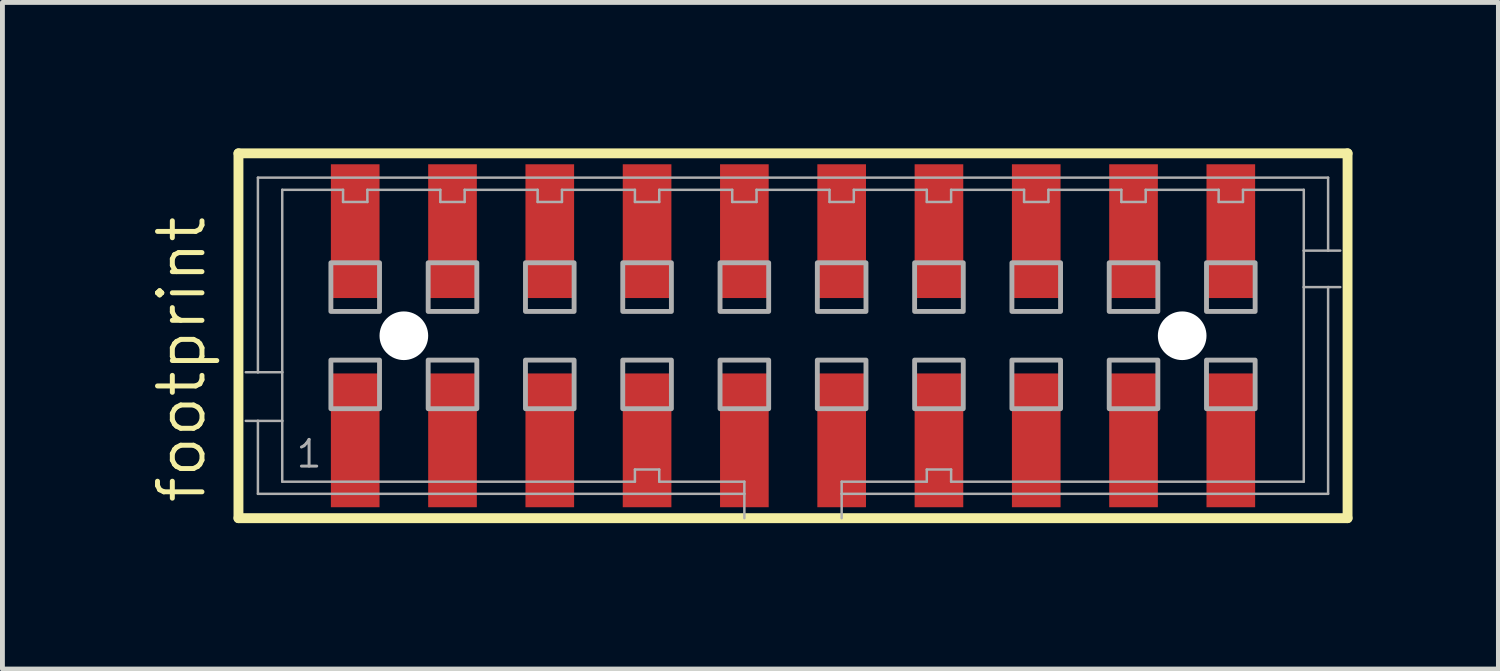
<source format=kicad_pcb>
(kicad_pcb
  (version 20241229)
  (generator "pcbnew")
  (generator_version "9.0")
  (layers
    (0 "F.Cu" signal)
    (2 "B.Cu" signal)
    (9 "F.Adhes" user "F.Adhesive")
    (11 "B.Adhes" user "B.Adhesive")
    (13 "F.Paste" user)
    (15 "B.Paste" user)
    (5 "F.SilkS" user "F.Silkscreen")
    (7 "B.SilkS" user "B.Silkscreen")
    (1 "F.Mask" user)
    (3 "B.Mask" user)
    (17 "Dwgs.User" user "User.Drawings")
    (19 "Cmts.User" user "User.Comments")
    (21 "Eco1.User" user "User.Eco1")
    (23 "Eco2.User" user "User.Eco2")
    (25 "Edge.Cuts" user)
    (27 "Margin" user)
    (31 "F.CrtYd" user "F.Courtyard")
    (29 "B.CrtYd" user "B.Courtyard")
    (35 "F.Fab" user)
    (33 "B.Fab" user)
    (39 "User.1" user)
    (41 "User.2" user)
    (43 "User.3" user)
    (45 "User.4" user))
  (footprint "footprint"
    (layer "F.Cu")
    (at 13.252 3.852)
    (property "Reference" "footprint" (at -12.033 3.493 90) (layer "F.SilkS") (effects (font (size 0.914 0.914) (thickness 0.102)) (justify left bottom)))
    (fp_line (start -11.4 -3.75) (end 11.4 -3.75) (stroke (width 0.203) (type solid)) (layer "F.SilkS"))
    (fp_line (start -11.4 3.75) (end -11.4 -3.75) (stroke (width 0.203) (type solid)) (layer "F.SilkS"))
    (fp_line (start 11.4 -3.75) (end 11.4 3.75) (stroke (width 0.203) (type solid)) (layer "F.SilkS"))
    (fp_line (start 11.4 3.75) (end -11.4 3.75) (stroke (width 0.203) (type solid)) (layer "F.SilkS"))
    (fp_line (start -11 -3.25) (end 11 -3.25) (stroke (width 0.051) (type solid)) (layer "F.Fab"))
    (fp_line (start -11 0.75) (end -11.25 0.75) (stroke (width 0.051) (type solid)) (layer "F.Fab"))
    (fp_line (start -11 0.75) (end -11 -3.25) (stroke (width 0.051) (type solid)) (layer "F.Fab"))
    (fp_line (start -11 1.75) (end -11.25 1.75) (stroke (width 0.051) (type solid)) (layer "F.Fab"))
    (fp_line (start -11 3.25) (end -11 1.75) (stroke (width 0.051) (type solid)) (layer "F.Fab"))
    (fp_line (start -10.5 -3) (end -10.5 0.75) (stroke (width 0.051) (type solid)) (layer "F.Fab"))
    (fp_line (start -10.5 0.75) (end -11 0.75) (stroke (width 0.051) (type solid)) (layer "F.Fab"))
    (fp_line (start -10.5 0.75) (end -10.5 1.75) (stroke (width 0.051) (type solid)) (layer "F.Fab"))
    (fp_line (start -10.5 1.75) (end -11 1.75) (stroke (width 0.051) (type solid)) (layer "F.Fab"))
    (fp_line (start -10.5 1.75) (end -10.5 3) (stroke (width 0.051) (type solid)) (layer "F.Fab"))
    (fp_line (start -10.5 3) (end -3.25 3) (stroke (width 0.051) (type solid)) (layer "F.Fab"))
    (fp_line (start -9.25 -3) (end -10.5 -3) (stroke (width 0.051) (type solid)) (layer "F.Fab"))
    (fp_line (start -9.25 -2.75) (end -9.25 -3) (stroke (width 0.051) (type solid)) (layer "F.Fab"))
    (fp_line (start -8.75 -3) (end -8.75 -2.75) (stroke (width 0.051) (type solid)) (layer "F.Fab"))
    (fp_line (start -8.75 -2.75) (end -9.25 -2.75) (stroke (width 0.051) (type solid)) (layer "F.Fab"))
    (fp_line (start -7.25 -3) (end -8.75 -3) (stroke (width 0.051) (type solid)) (layer "F.Fab"))
    (fp_line (start -7.25 -2.75) (end -7.25 -3) (stroke (width 0.051) (type solid)) (layer "F.Fab"))
    (fp_line (start -6.75 -3) (end -6.75 -2.75) (stroke (width 0.051) (type solid)) (layer "F.Fab"))
    (fp_line (start -6.75 -2.75) (end -7.25 -2.75) (stroke (width 0.051) (type solid)) (layer "F.Fab"))
    (fp_line (start -5.25 -3) (end -6.75 -3) (stroke (width 0.051) (type solid)) (layer "F.Fab"))
    (fp_line (start -5.25 -2.75) (end -5.25 -3) (stroke (width 0.051) (type solid)) (layer "F.Fab"))
    (fp_line (start -4.75 -3) (end -4.75 -2.75) (stroke (width 0.051) (type solid)) (layer "F.Fab"))
    (fp_line (start -4.75 -2.75) (end -5.25 -2.75) (stroke (width 0.051) (type solid)) (layer "F.Fab"))
    (fp_line (start -3.25 -3) (end -4.75 -3) (stroke (width 0.051) (type solid)) (layer "F.Fab"))
    (fp_line (start -3.25 -2.75) (end -3.25 -3) (stroke (width 0.051) (type solid)) (layer "F.Fab"))
    (fp_line (start -3.25 2.75) (end -2.75 2.75) (stroke (width 0.051) (type solid)) (layer "F.Fab"))
    (fp_line (start -3.25 3) (end -3.25 2.75) (stroke (width 0.051) (type solid)) (layer "F.Fab"))
    (fp_line (start -2.75 -3) (end -2.75 -2.75) (stroke (width 0.051) (type solid)) (layer "F.Fab"))
    (fp_line (start -2.75 -2.75) (end -3.25 -2.75) (stroke (width 0.051) (type solid)) (layer "F.Fab"))
    (fp_line (start -2.75 2.75) (end -2.75 3) (stroke (width 0.051) (type solid)) (layer "F.Fab"))
    (fp_line (start -2.75 3) (end -1 3) (stroke (width 0.051) (type solid)) (layer "F.Fab"))
    (fp_line (start -1.25 -3) (end -2.75 -3) (stroke (width 0.051) (type solid)) (layer "F.Fab"))
    (fp_line (start -1.25 -2.75) (end -1.25 -3) (stroke (width 0.051) (type solid)) (layer "F.Fab"))
    (fp_line (start -1 3) (end -1 3.25) (stroke (width 0.051) (type solid)) (layer "F.Fab"))
    (fp_line (start -1 3.25) (end -11 3.25) (stroke (width 0.051) (type solid)) (layer "F.Fab"))
    (fp_line (start -1 3.25) (end -1 3.75) (stroke (width 0.051) (type solid)) (layer "F.Fab"))
    (fp_line (start -0.75 -3) (end -0.75 -2.75) (stroke (width 0.051) (type solid)) (layer "F.Fab"))
    (fp_line (start -0.75 -2.75) (end -1.25 -2.75) (stroke (width 0.051) (type solid)) (layer "F.Fab"))
    (fp_line (start 0.75 -3) (end -0.75 -3) (stroke (width 0.051) (type solid)) (layer "F.Fab"))
    (fp_line (start 0.75 -2.75) (end 0.75 -3) (stroke (width 0.051) (type solid)) (layer "F.Fab"))
    (fp_line (start 1 3) (end 2.75 3) (stroke (width 0.051) (type solid)) (layer "F.Fab"))
    (fp_line (start 1 3.25) (end 1 3) (stroke (width 0.051) (type solid)) (layer "F.Fab"))
    (fp_line (start 1 3.75) (end 1 3.25) (stroke (width 0.051) (type solid)) (layer "F.Fab"))
    (fp_line (start 1.25 -3) (end 1.25 -2.75) (stroke (width 0.051) (type solid)) (layer "F.Fab"))
    (fp_line (start 1.25 -2.75) (end 0.75 -2.75) (stroke (width 0.051) (type solid)) (layer "F.Fab"))
    (fp_line (start 2.75 -3) (end 1.25 -3) (stroke (width 0.051) (type solid)) (layer "F.Fab"))
    (fp_line (start 2.75 -2.75) (end 2.75 -3) (stroke (width 0.051) (type solid)) (layer "F.Fab"))
    (fp_line (start 2.75 2.75) (end 3.25 2.75) (stroke (width 0.051) (type solid)) (layer "F.Fab"))
    (fp_line (start 2.75 3) (end 2.75 2.75) (stroke (width 0.051) (type solid)) (layer "F.Fab"))
    (fp_line (start 3.25 -3) (end 3.25 -2.75) (stroke (width 0.051) (type solid)) (layer "F.Fab"))
    (fp_line (start 3.25 -2.75) (end 2.75 -2.75) (stroke (width 0.051) (type solid)) (layer "F.Fab"))
    (fp_line (start 3.25 2.75) (end 3.25 3) (stroke (width 0.051) (type solid)) (layer "F.Fab"))
    (fp_line (start 3.25 3) (end 10.5 3) (stroke (width 0.051) (type solid)) (layer "F.Fab"))
    (fp_line (start 4.75 -3) (end 3.25 -3) (stroke (width 0.051) (type solid)) (layer "F.Fab"))
    (fp_line (start 4.75 -2.75) (end 4.75 -3) (stroke (width 0.051) (type solid)) (layer "F.Fab"))
    (fp_line (start 5.25 -3) (end 5.25 -2.75) (stroke (width 0.051) (type solid)) (layer "F.Fab"))
    (fp_line (start 5.25 -2.75) (end 4.75 -2.75) (stroke (width 0.051) (type solid)) (layer "F.Fab"))
    (fp_line (start 6.75 -3) (end 5.25 -3) (stroke (width 0.051) (type solid)) (layer "F.Fab"))
    (fp_line (start 6.75 -2.75) (end 6.75 -3) (stroke (width 0.051) (type solid)) (layer "F.Fab"))
    (fp_line (start 7.25 -3) (end 7.25 -2.75) (stroke (width 0.051) (type solid)) (layer "F.Fab"))
    (fp_line (start 7.25 -2.75) (end 6.75 -2.75) (stroke (width 0.051) (type solid)) (layer "F.Fab"))
    (fp_line (start 8.75 -3) (end 7.25 -3) (stroke (width 0.051) (type solid)) (layer "F.Fab"))
    (fp_line (start 8.75 -2.75) (end 8.75 -3) (stroke (width 0.051) (type solid)) (layer "F.Fab"))
    (fp_line (start 9.25 -3) (end 9.25 -2.75) (stroke (width 0.051) (type solid)) (layer "F.Fab"))
    (fp_line (start 9.25 -2.75) (end 8.75 -2.75) (stroke (width 0.051) (type solid)) (layer "F.Fab"))
    (fp_line (start 10.5 -3) (end 9.25 -3) (stroke (width 0.051) (type solid)) (layer "F.Fab"))
    (fp_line (start 10.5 -1.75) (end 10.5 -3) (stroke (width 0.051) (type solid)) (layer "F.Fab"))
    (fp_line (start 10.5 -1.75) (end 11 -1.75) (stroke (width 0.051) (type solid)) (layer "F.Fab"))
    (fp_line (start 10.5 -1) (end 10.5 -1.75) (stroke (width 0.051) (type solid)) (layer "F.Fab"))
    (fp_line (start 10.5 -1) (end 11 -1) (stroke (width 0.051) (type solid)) (layer "F.Fab"))
    (fp_line (start 10.5 3) (end 10.5 -1) (stroke (width 0.051) (type solid)) (layer "F.Fab"))
    (fp_line (start 11 -3.25) (end 11 -1.75) (stroke (width 0.051) (type solid)) (layer "F.Fab"))
    (fp_line (start 11 -1.75) (end 11.25 -1.75) (stroke (width 0.051) (type solid)) (layer "F.Fab"))
    (fp_line (start 11 -1) (end 11 3.25) (stroke (width 0.051) (type solid)) (layer "F.Fab"))
    (fp_line (start 11 -1) (end 11.25 -1) (stroke (width 0.051) (type solid)) (layer "F.Fab"))
    (fp_line (start 11 3.25) (end 1 3.25) (stroke (width 0.051) (type solid)) (layer "F.Fab"))
    (fp_poly (pts (xy -9.5 -0.5) (xy -8.5 -0.5) (xy -8.5 -1.5) (xy -9.5 -1.5)) (stroke (width 0.1) (type solid)) (fill no) (layer "F.Fab"))
    (fp_poly (pts (xy -9.5 1.5) (xy -8.5 1.5) (xy -8.5 0.5) (xy -9.5 0.5)) (stroke (width 0.1) (type solid)) (fill no) (layer "F.Fab"))
    (fp_poly (pts (xy -7.5 -0.5) (xy -6.5 -0.5) (xy -6.5 -1.5) (xy -7.5 -1.5)) (stroke (width 0.1) (type solid)) (fill no) (layer "F.Fab"))
    (fp_poly (pts (xy -7.5 1.5) (xy -6.5 1.5) (xy -6.5 0.5) (xy -7.5 0.5)) (stroke (width 0.1) (type solid)) (fill no) (layer "F.Fab"))
    (fp_poly (pts (xy -5.5 -0.5) (xy -4.5 -0.5) (xy -4.5 -1.5) (xy -5.5 -1.5)) (stroke (width 0.1) (type solid)) (fill no) (layer "F.Fab"))
    (fp_poly (pts (xy -5.5 1.5) (xy -4.5 1.5) (xy -4.5 0.5) (xy -5.5 0.5)) (stroke (width 0.1) (type solid)) (fill no) (layer "F.Fab"))
    (fp_poly (pts (xy -3.5 -0.5) (xy -2.5 -0.5) (xy -2.5 -1.5) (xy -3.5 -1.5)) (stroke (width 0.1) (type solid)) (fill no) (layer "F.Fab"))
    (fp_poly (pts (xy -3.5 1.5) (xy -2.5 1.5) (xy -2.5 0.5) (xy -3.5 0.5)) (stroke (width 0.1) (type solid)) (fill no) (layer "F.Fab"))
    (fp_poly (pts (xy -1.5 -0.5) (xy -0.5 -0.5) (xy -0.5 -1.5) (xy -1.5 -1.5)) (stroke (width 0.1) (type solid)) (fill no) (layer "F.Fab"))
    (fp_poly (pts (xy -1.5 1.5) (xy -0.5 1.5) (xy -0.5 0.5) (xy -1.5 0.5)) (stroke (width 0.1) (type solid)) (fill no) (layer "F.Fab"))
    (fp_poly (pts (xy 0.5 -0.5) (xy 1.5 -0.5) (xy 1.5 -1.5) (xy 0.5 -1.5)) (stroke (width 0.1) (type solid)) (fill no) (layer "F.Fab"))
    (fp_poly (pts (xy 0.5 1.5) (xy 1.5 1.5) (xy 1.5 0.5) (xy 0.5 0.5)) (stroke (width 0.1) (type solid)) (fill no) (layer "F.Fab"))
    (fp_poly (pts (xy 2.5 -0.5) (xy 3.5 -0.5) (xy 3.5 -1.5) (xy 2.5 -1.5)) (stroke (width 0.1) (type solid)) (fill no) (layer "F.Fab"))
    (fp_poly (pts (xy 2.5 1.5) (xy 3.5 1.5) (xy 3.5 0.5) (xy 2.5 0.5)) (stroke (width 0.1) (type solid)) (fill no) (layer "F.Fab"))
    (fp_poly (pts (xy 4.5 -0.5) (xy 5.5 -0.5) (xy 5.5 -1.5) (xy 4.5 -1.5)) (stroke (width 0.1) (type solid)) (fill no) (layer "F.Fab"))
    (fp_poly (pts (xy 4.5 1.5) (xy 5.5 1.5) (xy 5.5 0.5) (xy 4.5 0.5)) (stroke (width 0.1) (type solid)) (fill no) (layer "F.Fab"))
    (fp_poly (pts (xy 6.5 -0.5) (xy 7.5 -0.5) (xy 7.5 -1.5) (xy 6.5 -1.5)) (stroke (width 0.1) (type solid)) (fill no) (layer "F.Fab"))
    (fp_poly (pts (xy 6.5 1.5) (xy 7.5 1.5) (xy 7.5 0.5) (xy 6.5 0.5)) (stroke (width 0.1) (type solid)) (fill no) (layer "F.Fab"))
    (fp_poly (pts (xy 8.5 -0.5) (xy 9.5 -0.5) (xy 9.5 -1.5) (xy 8.5 -1.5)) (stroke (width 0.1) (type solid)) (fill no) (layer "F.Fab"))
    (fp_poly (pts (xy 8.5 1.5) (xy 9.5 1.5) (xy 9.5 0.5) (xy 8.5 0.5)) (stroke (width 0.1) (type solid)) (fill no) (layer "F.Fab"))
    (fp_text user "1" (at -10.25 2.75 0) (layer "F.Fab") (effects (font (size 0.549 0.549) (thickness 0.061)) (justify left bottom)))
    (pad "" np_thru_hole circle (at -8 0) (size 1 1) (drill 1) (layers "*.Cu" "*.Mask"))
    (pad "" np_thru_hole circle (at 8 0) (size 1 1) (drill 1) (layers "*.Cu" "*.Mask"))
    (pad "1" smd rect (at -9 2.15) (size 1 2.75) (layers "F.Cu" "F.Mask" "F.Paste"))
    (pad "2" smd rect (at -9 -2.15) (size 1 2.75) (layers "F.Cu" "F.Mask" "F.Paste"))
    (pad "3" smd rect (at -7 2.15) (size 1 2.75) (layers "F.Cu" "F.Mask" "F.Paste"))
    (pad "4" smd rect (at -7 -2.15) (size 1 2.75) (layers "F.Cu" "F.Mask" "F.Paste"))
    (pad "5" smd rect (at -5 2.15) (size 1 2.75) (layers "F.Cu" "F.Mask" "F.Paste"))
    (pad "6" smd rect (at -5 -2.15) (size 1 2.75) (layers "F.Cu" "F.Mask" "F.Paste"))
    (pad "7" smd rect (at -3 2.15) (size 1 2.75) (layers "F.Cu" "F.Mask" "F.Paste"))
    (pad "8" smd rect (at -3 -2.15) (size 1 2.75) (layers "F.Cu" "F.Mask" "F.Paste"))
    (pad "9" smd rect (at -1 2.15 180) (size 1 2.75) (layers "F.Cu" "F.Mask" "F.Paste"))
    (pad "10" smd rect (at -1 -2.15 180) (size 1 2.75) (layers "F.Cu" "F.Mask" "F.Paste"))
    (pad "11" smd rect (at 1 2.15) (size 1 2.75) (layers "F.Cu" "F.Mask" "F.Paste"))
    (pad "12" smd rect (at 1 -2.15) (size 1 2.75) (layers "F.Cu" "F.Mask" "F.Paste"))
    (pad "13" smd rect (at 3 2.15) (size 1 2.75) (layers "F.Cu" "F.Mask" "F.Paste"))
    (pad "14" smd rect (at 3 -2.15) (size 1 2.75) (layers "F.Cu" "F.Mask" "F.Paste"))
    (pad "15" smd rect (at 5 2.15 180) (size 1 2.75) (layers "F.Cu" "F.Mask" "F.Paste"))
    (pad "16" smd rect (at 5 -2.15) (size 1 2.75) (layers "F.Cu" "F.Mask" "F.Paste"))
    (pad "17" smd rect (at 7 2.15 180) (size 1 2.75) (layers "F.Cu" "F.Mask" "F.Paste"))
    (pad "18" smd rect (at 7 -2.15) (size 1 2.75) (layers "F.Cu" "F.Mask" "F.Paste"))
    (pad "19" smd rect (at 9 2.15 180) (size 1 2.75) (layers "F.Cu" "F.Mask" "F.Paste"))
    (pad "20" smd rect (at 9 -2.15) (size 1 2.75) (layers "F.Cu" "F.Mask" "F.Paste")))
  (gr_rect
    (start -3 -3)
    (end 27.753 10.703)
    (stroke (width 0.1) (type default))
    (fill no)
    (layer "Edge.Cuts")))
</source>
